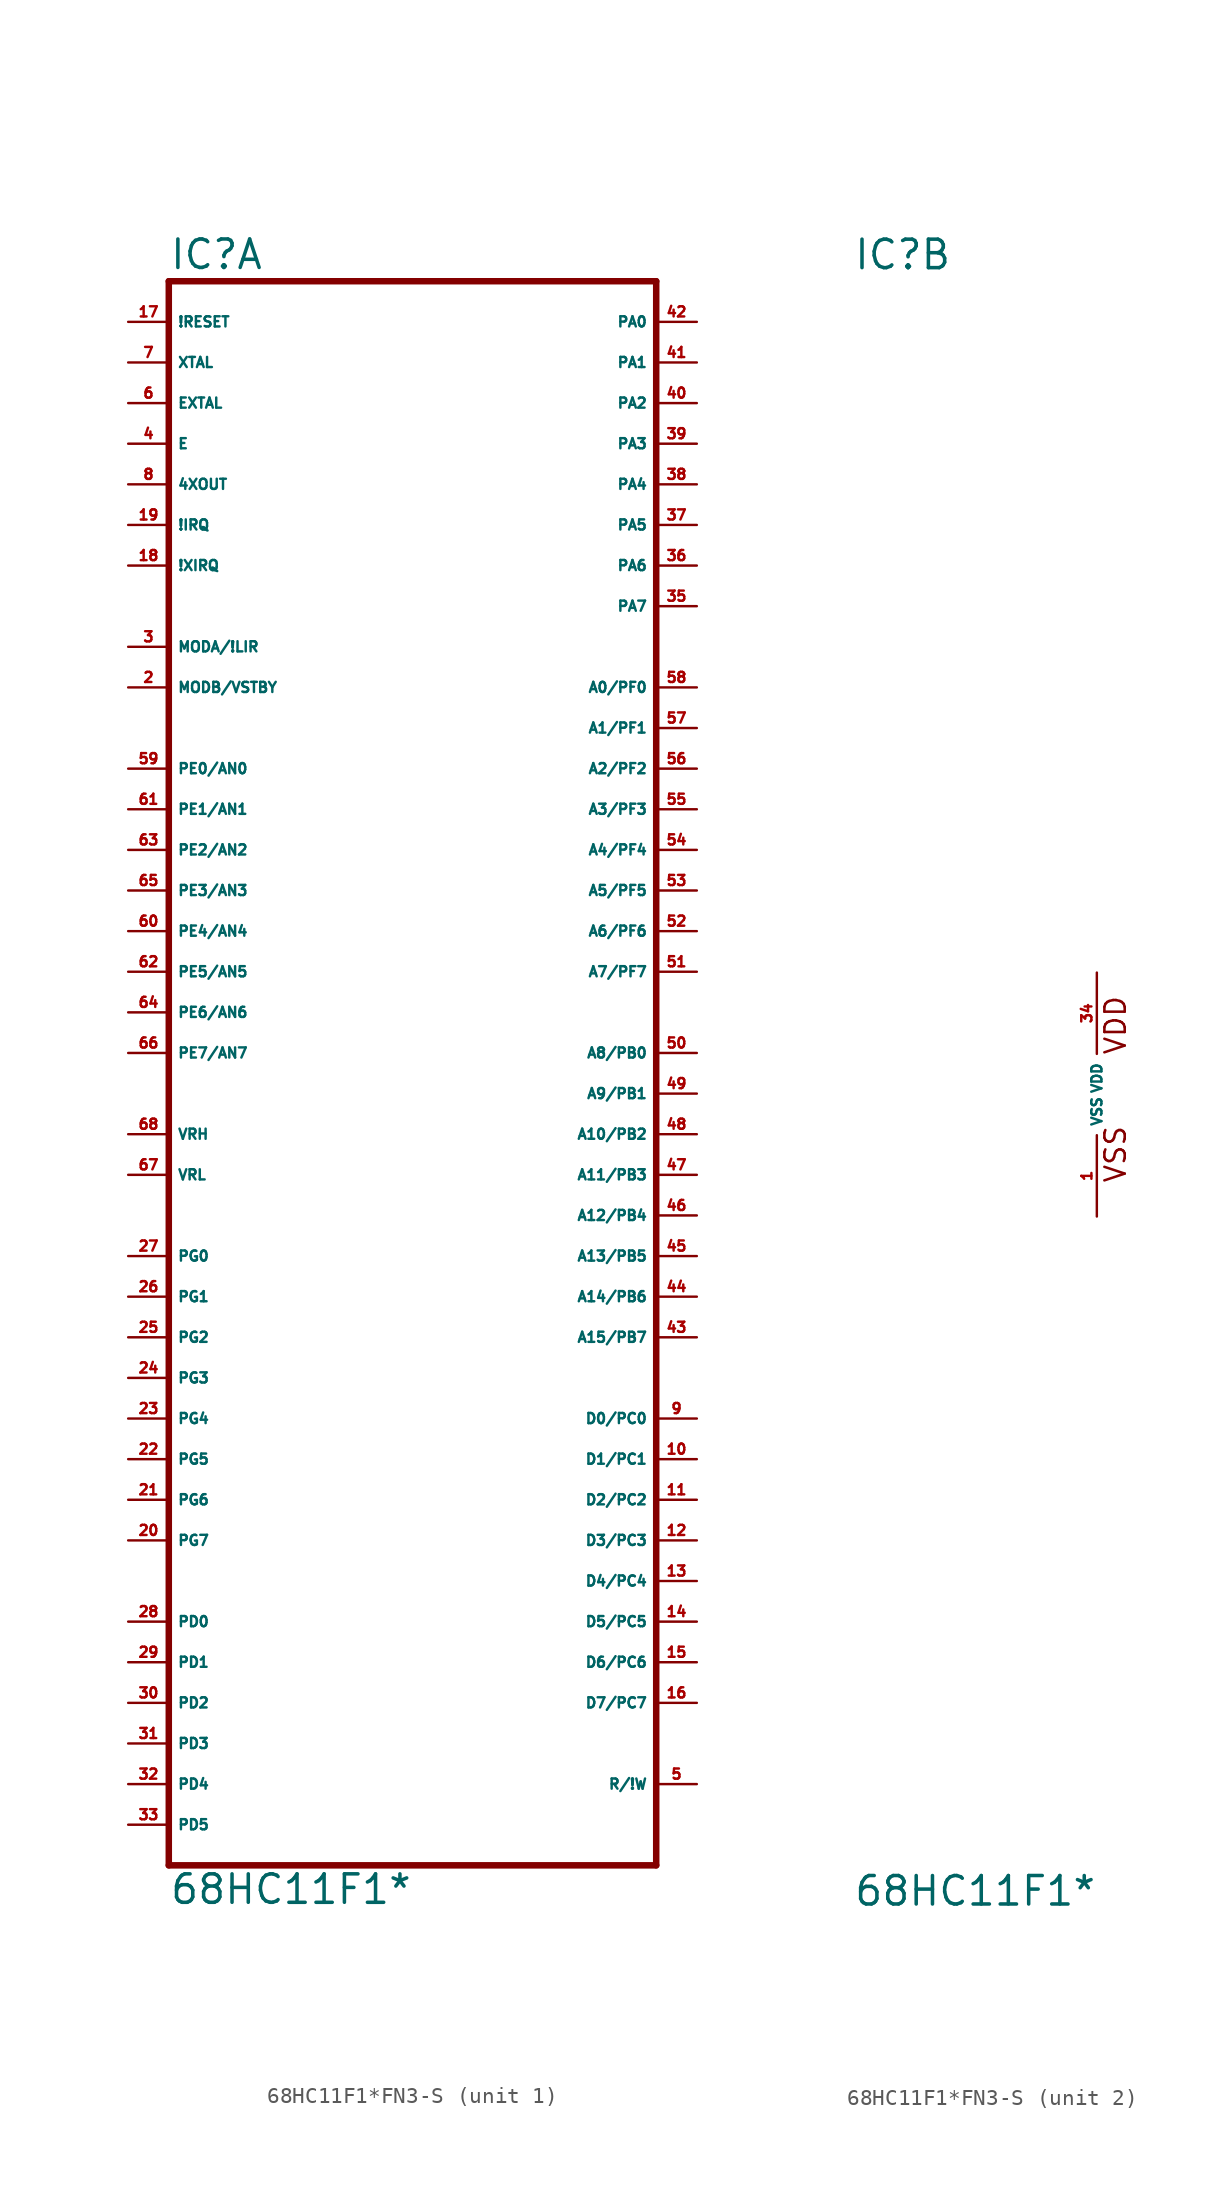
<source format=kicad_sym>
(kicad_symbol_lib
  (version 20220914)
  (generator Eagle2Kicad)
  (symbol "68HC11F1*FN3-S"
    (property "Reference" "IC"
      (at -15.24 51.435 0)
      (effects (font (size 1.778 1.778) (thickness 0.22)) (justify left bottom)))
    (property "Value" "68HC11F1*"
      (at -15.24 -50.8 0)
      (effects (font (size 1.778 1.778) (thickness 0.22)) (justify left bottom)))
    (symbol "68HC11F1*FN3-S_1_0"
      (polyline (pts (xy -15.24 -48.26) (xy 15.24 -48.26)) (stroke (width 0.406) (type default)) (fill (type none)))
      (polyline (pts (xy 15.24 -48.26) (xy 15.24 50.8)) (stroke (width 0.406) (type default)) (fill (type none)))
      (polyline (pts (xy 15.24 50.8) (xy -15.24 50.8)) (stroke (width 0.406) (type default)) (fill (type none)))
      (polyline (pts (xy -15.24 50.8) (xy -15.24 -48.26)) (stroke (width 0.406) (type default)) (fill (type none)))
      (pin bidirectional line (at -17.78 27.94 0) (length 2.54) (name "MODA/!LIR" (effects (font (size 0.635 0.635) (thickness 0.08)) (justify left bottom))) (number "3" (effects (font (size 0.635 0.635) (thickness 0.08)) (justify left bottom))))
      (pin output line (at -17.78 40.64 0) (length 2.54) (name "E" (effects (font (size 0.635 0.635) (thickness 0.08)) (justify left bottom))) (number "4" (effects (font (size 0.635 0.635) (thickness 0.08)) (justify left bottom))))
      (pin bidirectional line (at 17.78 -43.18 180) (length 2.54) (name "R/!W" (effects (font (size 0.635 0.635) (thickness 0.08)) (justify left bottom))) (number "5" (effects (font (size 0.635 0.635) (thickness 0.08)) (justify left bottom))))
      (pin input line (at -17.78 43.18 0) (length 2.54) (name "EXTAL" (effects (font (size 0.635 0.635) (thickness 0.08)) (justify left bottom))) (number "6" (effects (font (size 0.635 0.635) (thickness 0.08)) (justify left bottom))))
      (pin output line (at -17.78 45.72 0) (length 2.54) (name "XTAL" (effects (font (size 0.635 0.635) (thickness 0.08)) (justify left bottom))) (number "7" (effects (font (size 0.635 0.635) (thickness 0.08)) (justify left bottom))))
      (pin tri_state line (at 17.78 -20.32 180) (length 2.54) (name "D0/PC0" (effects (font (size 0.635 0.635) (thickness 0.08)) (justify left bottom))) (number "9" (effects (font (size 0.635 0.635) (thickness 0.08)) (justify left bottom))))
      (pin bidirectional line (at -17.78 48.26 0) (length 2.54) (name "!RESET" (effects (font (size 0.635 0.635) (thickness 0.08)) (justify left bottom))) (number "17" (effects (font (size 0.635 0.635) (thickness 0.08)) (justify left bottom))))
      (pin input line (at -17.78 33.02 0) (length 2.54) (name "!XIRQ" (effects (font (size 0.635 0.635) (thickness 0.08)) (justify left bottom))) (number "18" (effects (font (size 0.635 0.635) (thickness 0.08)) (justify left bottom))))
      (pin input line (at -17.78 35.56 0) (length 2.54) (name "!IRQ" (effects (font (size 0.635 0.635) (thickness 0.08)) (justify left bottom))) (number "19" (effects (font (size 0.635 0.635) (thickness 0.08)) (justify left bottom))))
      (pin bidirectional line (at -17.78 -33.02 0) (length 2.54) (name "PD0" (effects (font (size 0.635 0.635) (thickness 0.08)) (justify left bottom))) (number "28" (effects (font (size 0.635 0.635) (thickness 0.08)) (justify left bottom))))
      (pin bidirectional line (at -17.78 -35.56 0) (length 2.54) (name "PD1" (effects (font (size 0.635 0.635) (thickness 0.08)) (justify left bottom))) (number "29" (effects (font (size 0.635 0.635) (thickness 0.08)) (justify left bottom))))
      (pin bidirectional line (at -17.78 -38.1 0) (length 2.54) (name "PD2" (effects (font (size 0.635 0.635) (thickness 0.08)) (justify left bottom))) (number "30" (effects (font (size 0.635 0.635) (thickness 0.08)) (justify left bottom))))
      (pin bidirectional line (at -17.78 -40.64 0) (length 2.54) (name "PD3" (effects (font (size 0.635 0.635) (thickness 0.08)) (justify left bottom))) (number "31" (effects (font (size 0.635 0.635) (thickness 0.08)) (justify left bottom))))
      (pin bidirectional line (at -17.78 -43.18 0) (length 2.54) (name "PD4" (effects (font (size 0.635 0.635) (thickness 0.08)) (justify left bottom))) (number "32" (effects (font (size 0.635 0.635) (thickness 0.08)) (justify left bottom))))
      (pin bidirectional line (at -17.78 -45.72 0) (length 2.54) (name "PD5" (effects (font (size 0.635 0.635) (thickness 0.08)) (justify left bottom))) (number "33" (effects (font (size 0.635 0.635) (thickness 0.08)) (justify left bottom))))
      (pin output line (at 17.78 2.54 180) (length 2.54) (name "A8/PB0" (effects (font (size 0.635 0.635) (thickness 0.08)) (justify left bottom))) (number "50" (effects (font (size 0.635 0.635) (thickness 0.08)) (justify left bottom))))
      (pin bidirectional line (at 17.78 48.26 180) (length 2.54) (name "PA0" (effects (font (size 0.635 0.635) (thickness 0.08)) (justify left bottom))) (number "42" (effects (font (size 0.635 0.635) (thickness 0.08)) (justify left bottom))))
      (pin input line (at -17.78 20.32 0) (length 2.54) (name "PE0/AN0" (effects (font (size 0.635 0.635) (thickness 0.08)) (justify left bottom))) (number "59" (effects (font (size 0.635 0.635) (thickness 0.08)) (justify left bottom))))
      (pin input line (at -17.78 17.78 0) (length 2.54) (name "PE1/AN1" (effects (font (size 0.635 0.635) (thickness 0.08)) (justify left bottom))) (number "61" (effects (font (size 0.635 0.635) (thickness 0.08)) (justify left bottom))))
      (pin input line (at -17.78 15.24 0) (length 2.54) (name "PE2/AN2" (effects (font (size 0.635 0.635) (thickness 0.08)) (justify left bottom))) (number "63" (effects (font (size 0.635 0.635) (thickness 0.08)) (justify left bottom))))
      (pin input line (at -17.78 12.7 0) (length 2.54) (name "PE3/AN3" (effects (font (size 0.635 0.635) (thickness 0.08)) (justify left bottom))) (number "65" (effects (font (size 0.635 0.635) (thickness 0.08)) (justify left bottom))))
      (pin input line (at -17.78 10.16 0) (length 2.54) (name "PE4/AN4" (effects (font (size 0.635 0.635) (thickness 0.08)) (justify left bottom))) (number "60" (effects (font (size 0.635 0.635) (thickness 0.08)) (justify left bottom))))
      (pin input line (at -17.78 7.62 0) (length 2.54) (name "PE5/AN5" (effects (font (size 0.635 0.635) (thickness 0.08)) (justify left bottom))) (number "62" (effects (font (size 0.635 0.635) (thickness 0.08)) (justify left bottom))))
      (pin input line (at -17.78 5.08 0) (length 2.54) (name "PE6/AN6" (effects (font (size 0.635 0.635) (thickness 0.08)) (justify left bottom))) (number "64" (effects (font (size 0.635 0.635) (thickness 0.08)) (justify left bottom))))
      (pin input line (at -17.78 2.54 0) (length 2.54) (name "PE7/AN7" (effects (font (size 0.635 0.635) (thickness 0.08)) (justify left bottom))) (number "66" (effects (font (size 0.635 0.635) (thickness 0.08)) (justify left bottom))))
      (pin input line (at -17.78 -5.08 0) (length 2.54) (name "VRL" (effects (font (size 0.635 0.635) (thickness 0.08)) (justify left bottom))) (number "67" (effects (font (size 0.635 0.635) (thickness 0.08)) (justify left bottom))))
      (pin input line (at -17.78 -2.54 0) (length 2.54) (name "VRH" (effects (font (size 0.635 0.635) (thickness 0.08)) (justify left bottom))) (number "68" (effects (font (size 0.635 0.635) (thickness 0.08)) (justify left bottom))))
      (pin input line (at -17.78 25.4 0) (length 2.54) (name "MODB/VSTBY" (effects (font (size 0.635 0.635) (thickness 0.08)) (justify left bottom))) (number "2" (effects (font (size 0.635 0.635) (thickness 0.08)) (justify left bottom))))
      (pin bidirectional line (at -17.78 -10.16 0) (length 2.54) (name "PG0" (effects (font (size 0.635 0.635) (thickness 0.08)) (justify left bottom))) (number "27" (effects (font (size 0.635 0.635) (thickness 0.08)) (justify left bottom))))
      (pin bidirectional line (at -17.78 -12.7 0) (length 2.54) (name "PG1" (effects (font (size 0.635 0.635) (thickness 0.08)) (justify left bottom))) (number "26" (effects (font (size 0.635 0.635) (thickness 0.08)) (justify left bottom))))
      (pin bidirectional line (at -17.78 -15.24 0) (length 2.54) (name "PG2" (effects (font (size 0.635 0.635) (thickness 0.08)) (justify left bottom))) (number "25" (effects (font (size 0.635 0.635) (thickness 0.08)) (justify left bottom))))
      (pin bidirectional line (at -17.78 -17.78 0) (length 2.54) (name "PG3" (effects (font (size 0.635 0.635) (thickness 0.08)) (justify left bottom))) (number "24" (effects (font (size 0.635 0.635) (thickness 0.08)) (justify left bottom))))
      (pin bidirectional line (at -17.78 -20.32 0) (length 2.54) (name "PG4" (effects (font (size 0.635 0.635) (thickness 0.08)) (justify left bottom))) (number "23" (effects (font (size 0.635 0.635) (thickness 0.08)) (justify left bottom))))
      (pin bidirectional line (at -17.78 -22.86 0) (length 2.54) (name "PG5" (effects (font (size 0.635 0.635) (thickness 0.08)) (justify left bottom))) (number "22" (effects (font (size 0.635 0.635) (thickness 0.08)) (justify left bottom))))
      (pin bidirectional line (at -17.78 -25.4 0) (length 2.54) (name "PG6" (effects (font (size 0.635 0.635) (thickness 0.08)) (justify left bottom))) (number "21" (effects (font (size 0.635 0.635) (thickness 0.08)) (justify left bottom))))
      (pin bidirectional line (at -17.78 -27.94 0) (length 2.54) (name "PG7" (effects (font (size 0.635 0.635) (thickness 0.08)) (justify left bottom))) (number "20" (effects (font (size 0.635 0.635) (thickness 0.08)) (justify left bottom))))
      (pin output line (at -17.78 38.1 0) (length 2.54) (name "4XOUT" (effects (font (size 0.635 0.635) (thickness 0.08)) (justify left bottom))) (number "8" (effects (font (size 0.635 0.635) (thickness 0.08)) (justify left bottom))))
      (pin output line (at 17.78 25.4 180) (length 2.54) (name "A0/PF0" (effects (font (size 0.635 0.635) (thickness 0.08)) (justify left bottom))) (number "58" (effects (font (size 0.635 0.635) (thickness 0.08)) (justify left bottom))))
      (pin output line (at 17.78 22.86 180) (length 2.54) (name "A1/PF1" (effects (font (size 0.635 0.635) (thickness 0.08)) (justify left bottom))) (number "57" (effects (font (size 0.635 0.635) (thickness 0.08)) (justify left bottom))))
      (pin output line (at 17.78 20.32 180) (length 2.54) (name "A2/PF2" (effects (font (size 0.635 0.635) (thickness 0.08)) (justify left bottom))) (number "56" (effects (font (size 0.635 0.635) (thickness 0.08)) (justify left bottom))))
      (pin output line (at 17.78 17.78 180) (length 2.54) (name "A3/PF3" (effects (font (size 0.635 0.635) (thickness 0.08)) (justify left bottom))) (number "55" (effects (font (size 0.635 0.635) (thickness 0.08)) (justify left bottom))))
      (pin output line (at 17.78 15.24 180) (length 2.54) (name "A4/PF4" (effects (font (size 0.635 0.635) (thickness 0.08)) (justify left bottom))) (number "54" (effects (font (size 0.635 0.635) (thickness 0.08)) (justify left bottom))))
      (pin output line (at 17.78 12.7 180) (length 2.54) (name "A5/PF5" (effects (font (size 0.635 0.635) (thickness 0.08)) (justify left bottom))) (number "53" (effects (font (size 0.635 0.635) (thickness 0.08)) (justify left bottom))))
      (pin output line (at 17.78 10.16 180) (length 2.54) (name "A6/PF6" (effects (font (size 0.635 0.635) (thickness 0.08)) (justify left bottom))) (number "52" (effects (font (size 0.635 0.635) (thickness 0.08)) (justify left bottom))))
      (pin output line (at 17.78 7.62 180) (length 2.54) (name "A7/PF7" (effects (font (size 0.635 0.635) (thickness 0.08)) (justify left bottom))) (number "51" (effects (font (size 0.635 0.635) (thickness 0.08)) (justify left bottom))))
      (pin output line (at 17.78 0 180) (length 2.54) (name "A9/PB1" (effects (font (size 0.635 0.635) (thickness 0.08)) (justify left bottom))) (number "49" (effects (font (size 0.635 0.635) (thickness 0.08)) (justify left bottom))))
      (pin output line (at 17.78 -2.54 180) (length 2.54) (name "A10/PB2" (effects (font (size 0.635 0.635) (thickness 0.08)) (justify left bottom))) (number "48" (effects (font (size 0.635 0.635) (thickness 0.08)) (justify left bottom))))
      (pin output line (at 17.78 -5.08 180) (length 2.54) (name "A11/PB3" (effects (font (size 0.635 0.635) (thickness 0.08)) (justify left bottom))) (number "47" (effects (font (size 0.635 0.635) (thickness 0.08)) (justify left bottom))))
      (pin output line (at 17.78 -7.62 180) (length 2.54) (name "A12/PB4" (effects (font (size 0.635 0.635) (thickness 0.08)) (justify left bottom))) (number "46" (effects (font (size 0.635 0.635) (thickness 0.08)) (justify left bottom))))
      (pin output line (at 17.78 -10.16 180) (length 2.54) (name "A13/PB5" (effects (font (size 0.635 0.635) (thickness 0.08)) (justify left bottom))) (number "45" (effects (font (size 0.635 0.635) (thickness 0.08)) (justify left bottom))))
      (pin output line (at 17.78 -12.7 180) (length 2.54) (name "A14/PB6" (effects (font (size 0.635 0.635) (thickness 0.08)) (justify left bottom))) (number "44" (effects (font (size 0.635 0.635) (thickness 0.08)) (justify left bottom))))
      (pin output line (at 17.78 -15.24 180) (length 2.54) (name "A15/PB7" (effects (font (size 0.635 0.635) (thickness 0.08)) (justify left bottom))) (number "43" (effects (font (size 0.635 0.635) (thickness 0.08)) (justify left bottom))))
      (pin bidirectional line (at 17.78 45.72 180) (length 2.54) (name "PA1" (effects (font (size 0.635 0.635) (thickness 0.08)) (justify left bottom))) (number "41" (effects (font (size 0.635 0.635) (thickness 0.08)) (justify left bottom))))
      (pin bidirectional line (at 17.78 43.18 180) (length 2.54) (name "PA2" (effects (font (size 0.635 0.635) (thickness 0.08)) (justify left bottom))) (number "40" (effects (font (size 0.635 0.635) (thickness 0.08)) (justify left bottom))))
      (pin bidirectional line (at 17.78 40.64 180) (length 2.54) (name "PA3" (effects (font (size 0.635 0.635) (thickness 0.08)) (justify left bottom))) (number "39" (effects (font (size 0.635 0.635) (thickness 0.08)) (justify left bottom))))
      (pin bidirectional line (at 17.78 38.1 180) (length 2.54) (name "PA4" (effects (font (size 0.635 0.635) (thickness 0.08)) (justify left bottom))) (number "38" (effects (font (size 0.635 0.635) (thickness 0.08)) (justify left bottom))))
      (pin bidirectional line (at 17.78 35.56 180) (length 2.54) (name "PA5" (effects (font (size 0.635 0.635) (thickness 0.08)) (justify left bottom))) (number "37" (effects (font (size 0.635 0.635) (thickness 0.08)) (justify left bottom))))
      (pin bidirectional line (at 17.78 33.02 180) (length 2.54) (name "PA6" (effects (font (size 0.635 0.635) (thickness 0.08)) (justify left bottom))) (number "36" (effects (font (size 0.635 0.635) (thickness 0.08)) (justify left bottom))))
      (pin bidirectional line (at 17.78 30.48 180) (length 2.54) (name "PA7" (effects (font (size 0.635 0.635) (thickness 0.08)) (justify left bottom))) (number "35" (effects (font (size 0.635 0.635) (thickness 0.08)) (justify left bottom))))
      (pin tri_state line (at 17.78 -22.86 180) (length 2.54) (name "D1/PC1" (effects (font (size 0.635 0.635) (thickness 0.08)) (justify left bottom))) (number "10" (effects (font (size 0.635 0.635) (thickness 0.08)) (justify left bottom))))
      (pin tri_state line (at 17.78 -25.4 180) (length 2.54) (name "D2/PC2" (effects (font (size 0.635 0.635) (thickness 0.08)) (justify left bottom))) (number "11" (effects (font (size 0.635 0.635) (thickness 0.08)) (justify left bottom))))
      (pin tri_state line (at 17.78 -27.94 180) (length 2.54) (name "D3/PC3" (effects (font (size 0.635 0.635) (thickness 0.08)) (justify left bottom))) (number "12" (effects (font (size 0.635 0.635) (thickness 0.08)) (justify left bottom))))
      (pin tri_state line (at 17.78 -30.48 180) (length 2.54) (name "D4/PC4" (effects (font (size 0.635 0.635) (thickness 0.08)) (justify left bottom))) (number "13" (effects (font (size 0.635 0.635) (thickness 0.08)) (justify left bottom))))
      (pin tri_state line (at 17.78 -33.02 180) (length 2.54) (name "D5/PC5" (effects (font (size 0.635 0.635) (thickness 0.08)) (justify left bottom))) (number "14" (effects (font (size 0.635 0.635) (thickness 0.08)) (justify left bottom))))
      (pin tri_state line (at 17.78 -35.56 180) (length 2.54) (name "D6/PC6" (effects (font (size 0.635 0.635) (thickness 0.08)) (justify left bottom))) (number "15" (effects (font (size 0.635 0.635) (thickness 0.08)) (justify left bottom))))
      (pin tri_state line (at 17.78 -38.1 180) (length 2.54) (name "D7/PC7" (effects (font (size 0.635 0.635) (thickness 0.08)) (justify left bottom))) (number "16" (effects (font (size 0.635 0.635) (thickness 0.08)) (justify left bottom)))))
    (symbol "68HC11F1*FN3-S_2_0"
      (text "VSS" (at 1.905 -5.588 900) (effects (font (size 1.27 1.27) (thickness 0.16)) (justify left bottom)))
      (text "VDD" (at 1.905 2.413 900) (effects (font (size 1.27 1.27) (thickness 0.16)) (justify left bottom)))
      (pin unspecified line (at 0 -7.62 90) (length 5.08) (name "VSS" (effects (font (size 0.635 0.635) (thickness 0.08)) (justify left bottom))) (number "1" (effects (font (size 0.635 0.635) (thickness 0.08)) (justify left bottom))))
      (pin unspecified line (at 0 7.62 270) (length 5.08) (name "VDD" (effects (font (size 0.635 0.635) (thickness 0.08)) (justify left bottom))) (number "34" (effects (font (size 0.635 0.635) (thickness 0.08)) (justify left bottom)))))))
</source>
